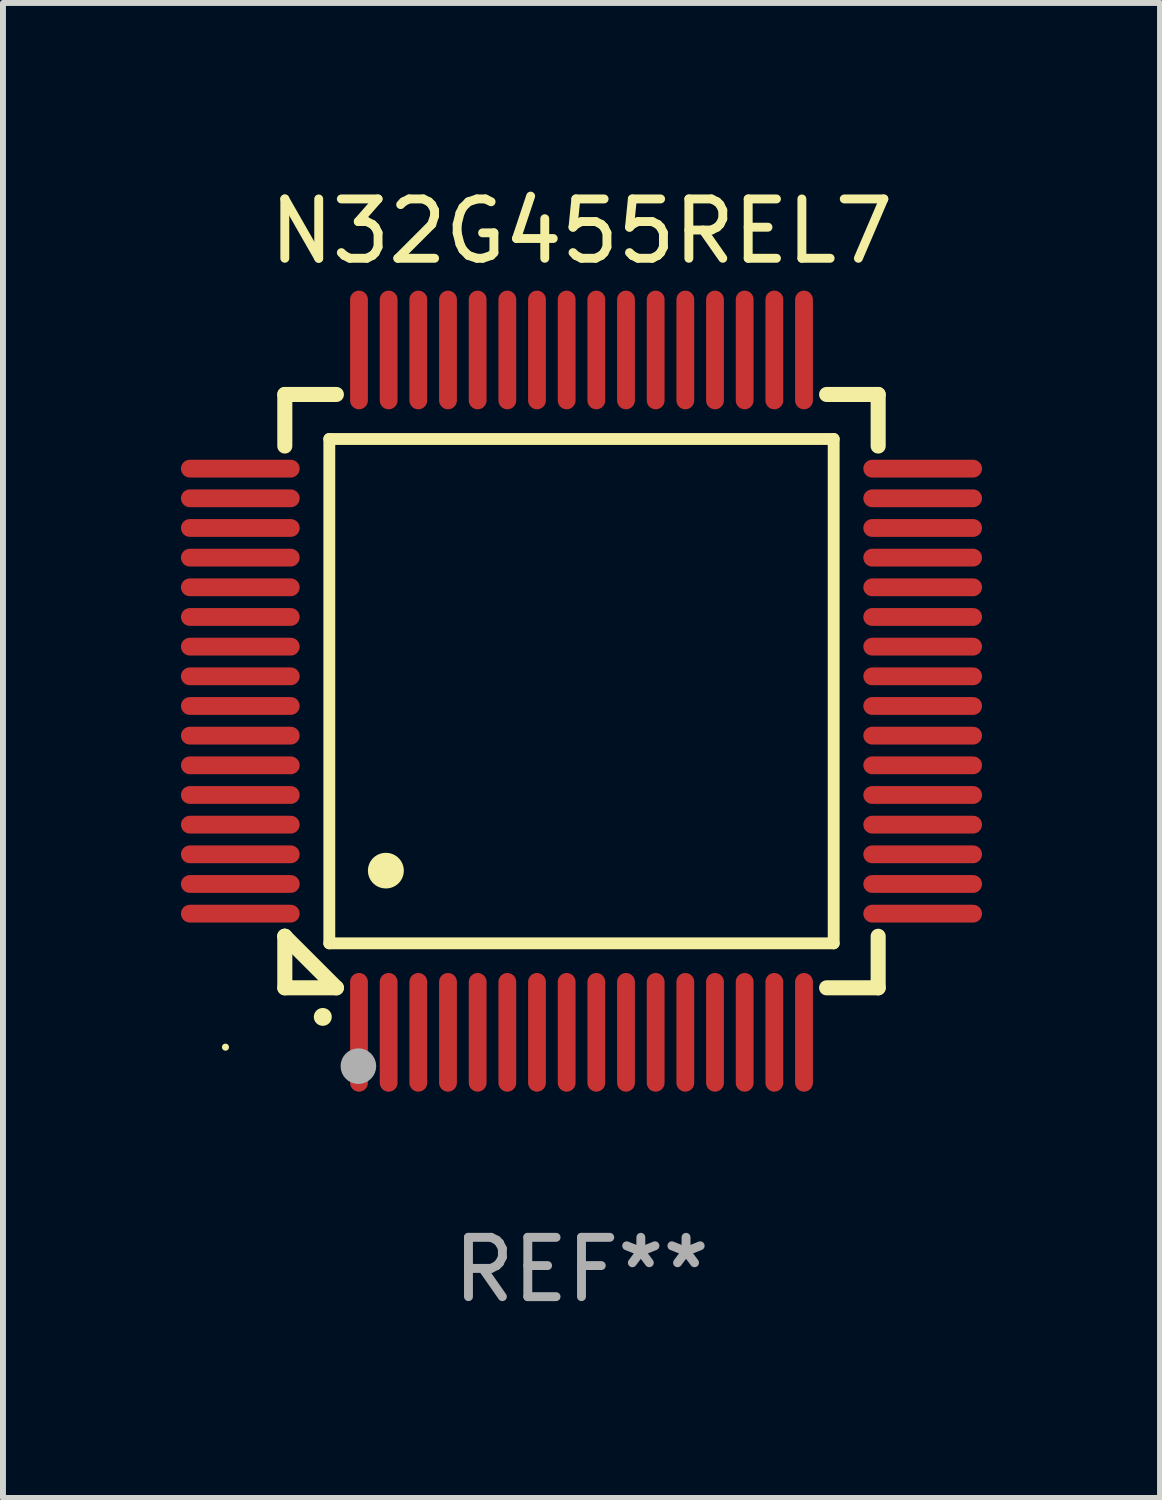
<source format=kicad_pcb>
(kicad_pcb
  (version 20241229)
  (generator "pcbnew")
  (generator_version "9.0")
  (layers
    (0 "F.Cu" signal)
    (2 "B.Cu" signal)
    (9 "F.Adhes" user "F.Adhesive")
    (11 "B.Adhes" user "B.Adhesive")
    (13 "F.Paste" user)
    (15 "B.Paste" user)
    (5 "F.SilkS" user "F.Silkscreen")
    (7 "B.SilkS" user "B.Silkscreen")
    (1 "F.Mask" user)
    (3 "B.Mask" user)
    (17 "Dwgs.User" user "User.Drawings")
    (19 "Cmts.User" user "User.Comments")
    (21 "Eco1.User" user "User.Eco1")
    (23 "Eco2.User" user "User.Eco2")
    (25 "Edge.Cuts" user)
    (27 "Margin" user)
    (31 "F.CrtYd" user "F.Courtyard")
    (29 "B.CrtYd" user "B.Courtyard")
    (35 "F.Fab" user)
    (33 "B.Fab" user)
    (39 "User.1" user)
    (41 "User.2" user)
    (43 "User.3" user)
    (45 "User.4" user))
  (footprint "N32G455REL7"
    (layer "F.Cu")
    (at 6.75 8.598)
    (property "Reference" "N32G455REL7" (at 0 -7.75 0) (layer "F.SilkS") (effects (font (size 1 1) (thickness 0.15))))
    (attr through_hole)
    (fp_line (start -5 -5) (end -4.131 -5) (stroke (width 0.254) (type solid)) (layer "F.SilkS"))
    (fp_line (start -5 -4.131) (end -5 -5) (stroke (width 0.254) (type solid)) (layer "F.SilkS"))
    (fp_line (start -5 4.131) (end -5 4.131) (stroke (width 0.254) (type solid)) (layer "F.SilkS"))
    (fp_line (start -5 5) (end -5 4.131) (stroke (width 0.254) (type solid)) (layer "F.SilkS"))
    (fp_line (start -5 4.131) (end -4.131 5) (stroke (width 0.254) (type solid)) (layer "F.SilkS"))
    (fp_line (start -4.25 -4.25) (end -4.25 4.25) (stroke (width 0.2) (type solid)) (layer "F.SilkS"))
    (fp_line (start -4.25 4.25) (end 4.25 4.25) (stroke (width 0.2) (type solid)) (layer "F.SilkS"))
    (fp_line (start -4.131 5) (end -5 5) (stroke (width 0.254) (type solid)) (layer "F.SilkS"))
    (fp_line (start 4.25 -4.25) (end -4.25 -4.25) (stroke (width 0.2) (type solid)) (layer "F.SilkS"))
    (fp_line (start 4.25 4.25) (end 4.25 -4.25) (stroke (width 0.2) (type solid)) (layer "F.SilkS"))
    (fp_line (start 5 -5) (end 4.131 -5) (stroke (width 0.254) (type solid)) (layer "F.SilkS"))
    (fp_line (start 5 -5) (end 5 -4.131) (stroke (width 0.254) (type solid)) (layer "F.SilkS"))
    (fp_line (start 5 4.131) (end 5 5) (stroke (width 0.254) (type solid)) (layer "F.SilkS"))
    (fp_line (start 5 5) (end 4.131 5) (stroke (width 0.254) (type solid)) (layer "F.SilkS"))
    (fp_arc (start -4.361265 5.489992) (mid -4.359995 5.489987) (end -4.358725 5.489992) (stroke (width 0.3) (type solid)) (layer "F.SilkS"))
    (fp_arc (start -3.299467 3.025146) (mid -3.296927 3.025135) (end -3.294387 3.025146) (stroke (width 0.6) (type solid)) (layer "F.SilkS"))
    (fp_circle (center -6 6) (end -5.97 6) (stroke (width 0.06) (type solid)) (fill no) (layer "F.SilkS"))
    (fp_circle (center -3.76 6.32) (end -3.61 6.32) (stroke (width 0.3) (type solid)) (fill no) (layer "F.Fab"))
    (fp_text user "REF**" (at 0 9.75 0) (layer "F.Fab") (effects (font (size 1 1) (thickness 0.15))))
    (pad "1" smd oval (at -3.75 5.75) (size 0.3 2) (layers "F.Cu" "F.Mask" "F.Paste"))
    (pad "2" smd oval (at -3.25 5.75) (size 0.3 2) (layers "F.Cu" "F.Mask" "F.Paste"))
    (pad "3" smd oval (at -2.75 5.75) (size 0.3 2) (layers "F.Cu" "F.Mask" "F.Paste"))
    (pad "4" smd oval (at -2.25 5.75) (size 0.3 2) (layers "F.Cu" "F.Mask" "F.Paste"))
    (pad "5" smd oval (at -1.75 5.75) (size 0.3 2) (layers "F.Cu" "F.Mask" "F.Paste"))
    (pad "6" smd oval (at -1.25 5.75) (size 0.3 2) (layers "F.Cu" "F.Mask" "F.Paste"))
    (pad "7" smd oval (at -0.75 5.75) (size 0.3 2) (layers "F.Cu" "F.Mask" "F.Paste"))
    (pad "8" smd oval (at -0.25 5.75) (size 0.3 2) (layers "F.Cu" "F.Mask" "F.Paste"))
    (pad "9" smd oval (at 0.25 5.75) (size 0.3 2) (layers "F.Cu" "F.Mask" "F.Paste"))
    (pad "10" smd oval (at 0.75 5.75) (size 0.3 2) (layers "F.Cu" "F.Mask" "F.Paste"))
    (pad "11" smd oval (at 1.25 5.75) (size 0.3 2) (layers "F.Cu" "F.Mask" "F.Paste"))
    (pad "12" smd oval (at 1.75 5.75) (size 0.3 2) (layers "F.Cu" "F.Mask" "F.Paste"))
    (pad "13" smd oval (at 2.25 5.75) (size 0.3 2) (layers "F.Cu" "F.Mask" "F.Paste"))
    (pad "14" smd oval (at 2.75 5.75) (size 0.3 2) (layers "F.Cu" "F.Mask" "F.Paste"))
    (pad "15" smd oval (at 3.25 5.75) (size 0.3 2) (layers "F.Cu" "F.Mask" "F.Paste"))
    (pad "16" smd oval (at 3.75 5.75) (size 0.3 2) (layers "F.Cu" "F.Mask" "F.Paste"))
    (pad "17" smd oval (at 5.75 3.75) (size 2 0.3) (layers "F.Cu" "F.Mask" "F.Paste"))
    (pad "18" smd oval (at 5.75 3.25) (size 2 0.3) (layers "F.Cu" "F.Mask" "F.Paste"))
    (pad "19" smd oval (at 5.75 2.75) (size 2 0.3) (layers "F.Cu" "F.Mask" "F.Paste"))
    (pad "20" smd oval (at 5.75 2.25) (size 2 0.3) (layers "F.Cu" "F.Mask" "F.Paste"))
    (pad "21" smd oval (at 5.75 1.75) (size 2 0.3) (layers "F.Cu" "F.Mask" "F.Paste"))
    (pad "22" smd oval (at 5.75 1.25) (size 2 0.3) (layers "F.Cu" "F.Mask" "F.Paste"))
    (pad "23" smd oval (at 5.75 0.75) (size 2 0.3) (layers "F.Cu" "F.Mask" "F.Paste"))
    (pad "24" smd oval (at 5.75 0.25) (size 2 0.3) (layers "F.Cu" "F.Mask" "F.Paste"))
    (pad "25" smd oval (at 5.75 -0.25) (size 2 0.3) (layers "F.Cu" "F.Mask" "F.Paste"))
    (pad "26" smd oval (at 5.75 -0.75) (size 2 0.3) (layers "F.Cu" "F.Mask" "F.Paste"))
    (pad "27" smd oval (at 5.75 -1.25) (size 2 0.3) (layers "F.Cu" "F.Mask" "F.Paste"))
    (pad "28" smd oval (at 5.75 -1.75) (size 2 0.3) (layers "F.Cu" "F.Mask" "F.Paste"))
    (pad "29" smd oval (at 5.75 -2.25) (size 2 0.3) (layers "F.Cu" "F.Mask" "F.Paste"))
    (pad "30" smd oval (at 5.75 -2.75) (size 2 0.3) (layers "F.Cu" "F.Mask" "F.Paste"))
    (pad "31" smd oval (at 5.75 -3.25) (size 2 0.3) (layers "F.Cu" "F.Mask" "F.Paste"))
    (pad "32" smd oval (at 5.75 -3.75) (size 2 0.3) (layers "F.Cu" "F.Mask" "F.Paste"))
    (pad "33" smd oval (at 3.75 -5.75) (size 0.3 2) (layers "F.Cu" "F.Mask" "F.Paste"))
    (pad "34" smd oval (at 3.25 -5.75) (size 0.3 2) (layers "F.Cu" "F.Mask" "F.Paste"))
    (pad "35" smd oval (at 2.75 -5.75) (size 0.3 2) (layers "F.Cu" "F.Mask" "F.Paste"))
    (pad "36" smd oval (at 2.25 -5.75) (size 0.3 2) (layers "F.Cu" "F.Mask" "F.Paste"))
    (pad "37" smd oval (at 1.75 -5.75) (size 0.3 2) (layers "F.Cu" "F.Mask" "F.Paste"))
    (pad "38" smd oval (at 1.25 -5.75) (size 0.3 2) (layers "F.Cu" "F.Mask" "F.Paste"))
    (pad "39" smd oval (at 0.75 -5.75) (size 0.3 2) (layers "F.Cu" "F.Mask" "F.Paste"))
    (pad "40" smd oval (at 0.25 -5.75) (size 0.3 2) (layers "F.Cu" "F.Mask" "F.Paste"))
    (pad "41" smd oval (at -0.25 -5.75) (size 0.3 2) (layers "F.Cu" "F.Mask" "F.Paste"))
    (pad "42" smd oval (at -0.75 -5.75) (size 0.3 2) (layers "F.Cu" "F.Mask" "F.Paste"))
    (pad "43" smd oval (at -1.25 -5.75) (size 0.3 2) (layers "F.Cu" "F.Mask" "F.Paste"))
    (pad "44" smd oval (at -1.75 -5.75) (size 0.3 2) (layers "F.Cu" "F.Mask" "F.Paste"))
    (pad "45" smd oval (at -2.25 -5.75) (size 0.3 2) (layers "F.Cu" "F.Mask" "F.Paste"))
    (pad "46" smd oval (at -2.75 -5.75) (size 0.3 2) (layers "F.Cu" "F.Mask" "F.Paste"))
    (pad "47" smd oval (at -3.25 -5.75) (size 0.3 2) (layers "F.Cu" "F.Mask" "F.Paste"))
    (pad "48" smd oval (at -3.75 -5.75) (size 0.3 2) (layers "F.Cu" "F.Mask" "F.Paste"))
    (pad "49" smd oval (at -5.75 -3.75) (size 2 0.3) (layers "F.Cu" "F.Mask" "F.Paste"))
    (pad "50" smd oval (at -5.75 -3.25) (size 2 0.3) (layers "F.Cu" "F.Mask" "F.Paste"))
    (pad "51" smd oval (at -5.75 -2.75) (size 2 0.3) (layers "F.Cu" "F.Mask" "F.Paste"))
    (pad "52" smd oval (at -5.75 -2.25) (size 2 0.3) (layers "F.Cu" "F.Mask" "F.Paste"))
    (pad "53" smd oval (at -5.75 -1.75) (size 2 0.3) (layers "F.Cu" "F.Mask" "F.Paste"))
    (pad "54" smd oval (at -5.75 -1.25) (size 2 0.3) (layers "F.Cu" "F.Mask" "F.Paste"))
    (pad "55" smd oval (at -5.75 -0.75) (size 2 0.3) (layers "F.Cu" "F.Mask" "F.Paste"))
    (pad "56" smd oval (at -5.75 -0.25) (size 2 0.3) (layers "F.Cu" "F.Mask" "F.Paste"))
    (pad "57" smd oval (at -5.75 0.25) (size 2 0.3) (layers "F.Cu" "F.Mask" "F.Paste"))
    (pad "58" smd oval (at -5.75 0.75) (size 2 0.3) (layers "F.Cu" "F.Mask" "F.Paste"))
    (pad "59" smd oval (at -5.75 1.25) (size 2 0.3) (layers "F.Cu" "F.Mask" "F.Paste"))
    (pad "60" smd oval (at -5.75 1.75) (size 2 0.3) (layers "F.Cu" "F.Mask" "F.Paste"))
    (pad "61" smd oval (at -5.75 2.25) (size 2 0.3) (layers "F.Cu" "F.Mask" "F.Paste"))
    (pad "62" smd oval (at -5.75 2.75) (size 2 0.3) (layers "F.Cu" "F.Mask" "F.Paste"))
    (pad "63" smd oval (at -5.75 3.25) (size 2 0.3) (layers "F.Cu" "F.Mask" "F.Paste"))
    (pad "64" smd oval (at -5.75 3.75) (size 2 0.3) (layers "F.Cu" "F.Mask" "F.Paste")))
  (gr_rect
    (start -3 -3)
    (end 16.5 22.196)
    (stroke (width 0.1) (type default))
    (fill no)
    (layer "Edge.Cuts")))
</source>
